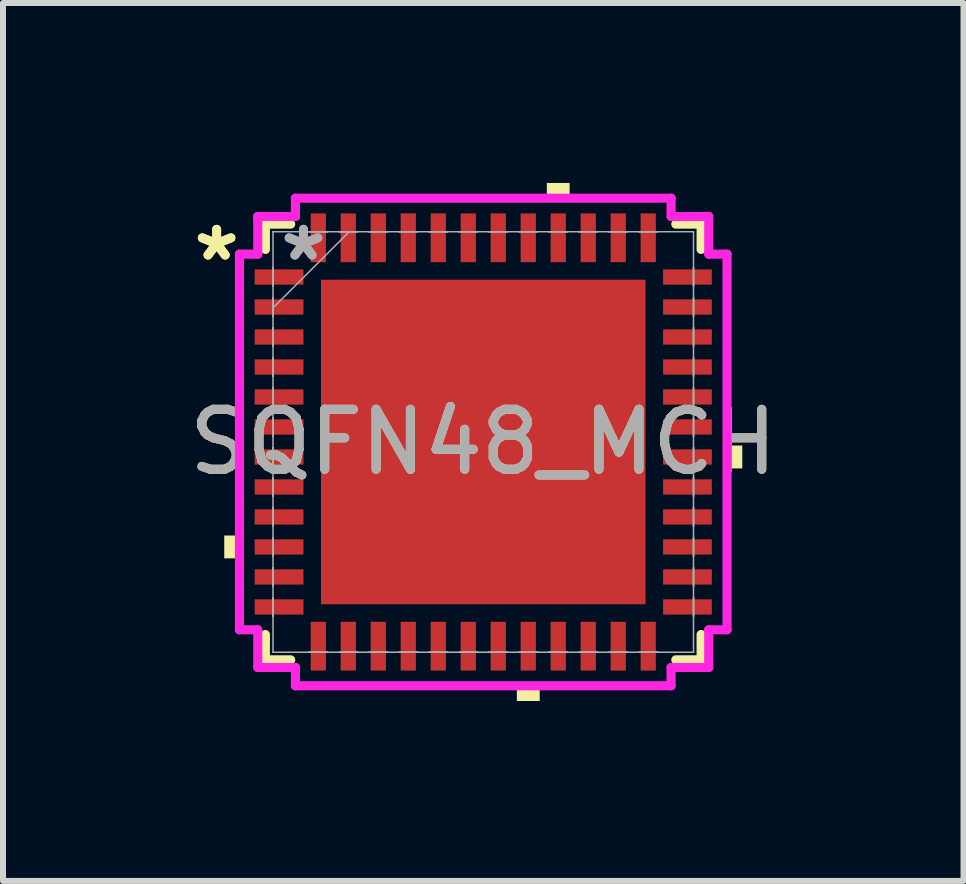
<source format=kicad_pcb>
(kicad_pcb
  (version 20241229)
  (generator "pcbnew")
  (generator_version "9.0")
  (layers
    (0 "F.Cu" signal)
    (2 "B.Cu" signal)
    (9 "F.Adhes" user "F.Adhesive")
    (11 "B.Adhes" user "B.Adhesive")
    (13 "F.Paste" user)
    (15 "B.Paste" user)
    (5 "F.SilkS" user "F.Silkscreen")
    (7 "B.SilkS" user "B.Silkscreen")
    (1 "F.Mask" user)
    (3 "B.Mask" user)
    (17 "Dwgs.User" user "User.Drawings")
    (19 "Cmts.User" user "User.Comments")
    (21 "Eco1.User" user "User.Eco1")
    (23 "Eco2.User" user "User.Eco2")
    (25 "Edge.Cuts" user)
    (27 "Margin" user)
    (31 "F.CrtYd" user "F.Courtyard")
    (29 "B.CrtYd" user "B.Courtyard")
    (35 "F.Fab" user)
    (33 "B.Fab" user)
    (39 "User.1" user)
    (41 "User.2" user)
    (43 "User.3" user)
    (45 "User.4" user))
  (footprint "SQFN48_MCH"
    (layer "F.Cu")
    (at 5.006 4.318)
    (property "Reference" "SQFN48_MCH" (at 0 0 0) (unlocked yes) (layer "F.SilkS") (effects (font (size 1 1) (thickness 0.15))))
    (attr smd)
    (fp_line (start -3.632 -3.632) (end -3.632 -3.21) (stroke (width 0.152) (type solid)) (layer "F.SilkS"))
    (fp_line (start -3.632 3.21) (end -3.632 3.632) (stroke (width 0.152) (type solid)) (layer "F.SilkS"))
    (fp_line (start -3.632 3.632) (end -3.21 3.632) (stroke (width 0.152) (type solid)) (layer "F.SilkS"))
    (fp_line (start -3.21 -3.632) (end -3.632 -3.632) (stroke (width 0.152) (type solid)) (layer "F.SilkS"))
    (fp_line (start 3.21 3.632) (end 3.632 3.632) (stroke (width 0.152) (type solid)) (layer "F.SilkS"))
    (fp_line (start 3.632 -3.632) (end 3.21 -3.632) (stroke (width 0.152) (type solid)) (layer "F.SilkS"))
    (fp_line (start 3.632 -3.21) (end 3.632 -3.632) (stroke (width 0.152) (type solid)) (layer "F.SilkS"))
    (fp_line (start 3.632 3.632) (end 3.632 3.21) (stroke (width 0.152) (type solid)) (layer "F.SilkS"))
    (fp_poly (pts (xy -4.318 1.559) (xy -4.318 1.94) (xy -4.064 1.94) (xy -4.064 1.559)) (stroke (width 0) (type solid)) (fill yes) (layer "F.SilkS"))
    (fp_poly (pts (xy 0.56 4.064) (xy 0.56 4.318) (xy 0.941 4.318) (xy 0.941 4.064)) (stroke (width 0) (type solid)) (fill yes) (layer "F.SilkS"))
    (fp_poly (pts (xy 1.06 -4.064) (xy 1.06 -4.318) (xy 1.44 -4.318) (xy 1.44 -4.064)) (stroke (width 0) (type solid)) (fill yes) (layer "F.SilkS"))
    (fp_poly (pts (xy 4.318 0.059) (xy 4.318 0.441) (xy 4.064 0.441) (xy 4.064 0.059)) (stroke (width 0) (type solid)) (fill yes) (layer "F.SilkS"))
    (fp_poly (pts (xy -2.605 -2.605) (xy -2.605 -1.453) (xy -1.453 -1.453) (xy -1.453 -2.605)) (stroke (width 0) (type solid)) (fill yes) (layer "F.Paste"))
    (fp_poly (pts (xy -2.605 -1.253) (xy -2.605 -0.1) (xy -1.453 -0.1) (xy -1.453 -1.253)) (stroke (width 0) (type solid)) (fill yes) (layer "F.Paste"))
    (fp_poly (pts (xy -2.605 0.1) (xy -2.605 1.253) (xy -1.453 1.253) (xy -1.453 0.1)) (stroke (width 0) (type solid)) (fill yes) (layer "F.Paste"))
    (fp_poly (pts (xy -2.605 1.453) (xy -2.605 2.605) (xy -1.453 2.605) (xy -1.453 1.453)) (stroke (width 0) (type solid)) (fill yes) (layer "F.Paste"))
    (fp_poly (pts (xy -1.253 -2.605) (xy -1.253 -1.453) (xy -0.1 -1.453) (xy -0.1 -2.605)) (stroke (width 0) (type solid)) (fill yes) (layer "F.Paste"))
    (fp_poly (pts (xy -1.253 -1.253) (xy -1.253 -0.1) (xy -0.1 -0.1) (xy -0.1 -1.253)) (stroke (width 0) (type solid)) (fill yes) (layer "F.Paste"))
    (fp_poly (pts (xy -1.253 0.1) (xy -1.253 1.253) (xy -0.1 1.253) (xy -0.1 0.1)) (stroke (width 0) (type solid)) (fill yes) (layer "F.Paste"))
    (fp_poly (pts (xy -1.253 1.453) (xy -1.253 2.605) (xy -0.1 2.605) (xy -0.1 1.453)) (stroke (width 0) (type solid)) (fill yes) (layer "F.Paste"))
    (fp_poly (pts (xy 0.1 -2.605) (xy 0.1 -1.453) (xy 1.253 -1.453) (xy 1.253 -2.605)) (stroke (width 0) (type solid)) (fill yes) (layer "F.Paste"))
    (fp_poly (pts (xy 0.1 -1.253) (xy 0.1 -0.1) (xy 1.253 -0.1) (xy 1.253 -1.253)) (stroke (width 0) (type solid)) (fill yes) (layer "F.Paste"))
    (fp_poly (pts (xy 0.1 0.1) (xy 0.1 1.253) (xy 1.253 1.253) (xy 1.253 0.1)) (stroke (width 0) (type solid)) (fill yes) (layer "F.Paste"))
    (fp_poly (pts (xy 0.1 1.453) (xy 0.1 2.605) (xy 1.253 2.605) (xy 1.253 1.453)) (stroke (width 0) (type solid)) (fill yes) (layer "F.Paste"))
    (fp_poly (pts (xy 1.453 -2.605) (xy 1.453 -1.453) (xy 2.605 -1.453) (xy 2.605 -2.605)) (stroke (width 0) (type solid)) (fill yes) (layer "F.Paste"))
    (fp_poly (pts (xy 1.453 -1.253) (xy 1.453 -0.1) (xy 2.605 -0.1) (xy 2.605 -1.253)) (stroke (width 0) (type solid)) (fill yes) (layer "F.Paste"))
    (fp_poly (pts (xy 1.453 0.1) (xy 1.453 1.253) (xy 2.605 1.253) (xy 2.605 0.1)) (stroke (width 0) (type solid)) (fill yes) (layer "F.Paste"))
    (fp_poly (pts (xy 1.453 1.453) (xy 1.453 2.605) (xy 2.605 2.605) (xy 2.605 1.453)) (stroke (width 0) (type solid)) (fill yes) (layer "F.Paste"))
    (fp_line (start -4.064 -3.131) (end -3.759 -3.131) (stroke (width 0.152) (type solid)) (layer "F.CrtYd"))
    (fp_line (start -4.064 3.131) (end -4.064 -3.131) (stroke (width 0.152) (type solid)) (layer "F.CrtYd"))
    (fp_line (start -3.759 -3.759) (end -3.131 -3.759) (stroke (width 0.152) (type solid)) (layer "F.CrtYd"))
    (fp_line (start -3.759 -3.131) (end -3.759 -3.759) (stroke (width 0.152) (type solid)) (layer "F.CrtYd"))
    (fp_line (start -3.759 3.131) (end -4.064 3.131) (stroke (width 0.152) (type solid)) (layer "F.CrtYd"))
    (fp_line (start -3.759 3.759) (end -3.759 3.131) (stroke (width 0.152) (type solid)) (layer "F.CrtYd"))
    (fp_line (start -3.131 -4.064) (end 3.131 -4.064) (stroke (width 0.152) (type solid)) (layer "F.CrtYd"))
    (fp_line (start -3.131 -3.759) (end -3.131 -4.064) (stroke (width 0.152) (type solid)) (layer "F.CrtYd"))
    (fp_line (start -3.131 3.759) (end -3.759 3.759) (stroke (width 0.152) (type solid)) (layer "F.CrtYd"))
    (fp_line (start -3.131 4.064) (end -3.131 3.759) (stroke (width 0.152) (type solid)) (layer "F.CrtYd"))
    (fp_line (start 3.131 -4.064) (end 3.131 -3.759) (stroke (width 0.152) (type solid)) (layer "F.CrtYd"))
    (fp_line (start 3.131 -3.759) (end 3.759 -3.759) (stroke (width 0.152) (type solid)) (layer "F.CrtYd"))
    (fp_line (start 3.131 3.759) (end 3.131 4.064) (stroke (width 0.152) (type solid)) (layer "F.CrtYd"))
    (fp_line (start 3.131 4.064) (end -3.131 4.064) (stroke (width 0.152) (type solid)) (layer "F.CrtYd"))
    (fp_line (start 3.759 -3.759) (end 3.759 -3.131) (stroke (width 0.152) (type solid)) (layer "F.CrtYd"))
    (fp_line (start 3.759 -3.131) (end 4.064 -3.131) (stroke (width 0.152) (type solid)) (layer "F.CrtYd"))
    (fp_line (start 3.759 3.131) (end 3.759 3.759) (stroke (width 0.152) (type solid)) (layer "F.CrtYd"))
    (fp_line (start 3.759 3.759) (end 3.131 3.759) (stroke (width 0.152) (type solid)) (layer "F.CrtYd"))
    (fp_line (start 4.064 -3.131) (end 4.064 3.131) (stroke (width 0.152) (type solid)) (layer "F.CrtYd"))
    (fp_line (start 4.064 3.131) (end 3.759 3.131) (stroke (width 0.152) (type solid)) (layer "F.CrtYd"))
    (fp_line (start -3.505 -3.505) (end -3.505 -3.505) (stroke (width 0.025) (type solid)) (layer "F.Fab"))
    (fp_line (start -3.505 -3.505) (end -3.505 3.505) (stroke (width 0.025) (type solid)) (layer "F.Fab"))
    (fp_line (start -3.505 -2.902) (end -3.505 -2.902) (stroke (width 0.025) (type solid)) (layer "F.Fab"))
    (fp_line (start -3.505 -2.902) (end -3.505 -2.598) (stroke (width 0.025) (type solid)) (layer "F.Fab"))
    (fp_line (start -3.505 -2.598) (end -3.505 -2.902) (stroke (width 0.025) (type solid)) (layer "F.Fab"))
    (fp_line (start -3.505 -2.598) (end -3.505 -2.598) (stroke (width 0.025) (type solid)) (layer "F.Fab"))
    (fp_line (start -3.505 -2.402) (end -3.505 -2.402) (stroke (width 0.025) (type solid)) (layer "F.Fab"))
    (fp_line (start -3.505 -2.402) (end -3.505 -2.098) (stroke (width 0.025) (type solid)) (layer "F.Fab"))
    (fp_line (start -3.505 -2.235) (end -2.235 -3.505) (stroke (width 0.025) (type solid)) (layer "F.Fab"))
    (fp_line (start -3.505 -2.098) (end -3.505 -2.402) (stroke (width 0.025) (type solid)) (layer "F.Fab"))
    (fp_line (start -3.505 -2.098) (end -3.505 -2.098) (stroke (width 0.025) (type solid)) (layer "F.Fab"))
    (fp_line (start -3.505 -1.902) (end -3.505 -1.902) (stroke (width 0.025) (type solid)) (layer "F.Fab"))
    (fp_line (start -3.505 -1.902) (end -3.505 -1.598) (stroke (width 0.025) (type solid)) (layer "F.Fab"))
    (fp_line (start -3.505 -1.598) (end -3.505 -1.902) (stroke (width 0.025) (type solid)) (layer "F.Fab"))
    (fp_line (start -3.505 -1.598) (end -3.505 -1.598) (stroke (width 0.025) (type solid)) (layer "F.Fab"))
    (fp_line (start -3.505 -1.402) (end -3.505 -1.402) (stroke (width 0.025) (type solid)) (layer "F.Fab"))
    (fp_line (start -3.505 -1.402) (end -3.505 -1.098) (stroke (width 0.025) (type solid)) (layer "F.Fab"))
    (fp_line (start -3.505 -1.098) (end -3.505 -1.402) (stroke (width 0.025) (type solid)) (layer "F.Fab"))
    (fp_line (start -3.505 -1.098) (end -3.505 -1.098) (stroke (width 0.025) (type solid)) (layer "F.Fab"))
    (fp_line (start -3.505 -0.902) (end -3.505 -0.902) (stroke (width 0.025) (type solid)) (layer "F.Fab"))
    (fp_line (start -3.505 -0.902) (end -3.505 -0.598) (stroke (width 0.025) (type solid)) (layer "F.Fab"))
    (fp_line (start -3.505 -0.598) (end -3.505 -0.902) (stroke (width 0.025) (type solid)) (layer "F.Fab"))
    (fp_line (start -3.505 -0.598) (end -3.505 -0.598) (stroke (width 0.025) (type solid)) (layer "F.Fab"))
    (fp_line (start -3.505 -0.402) (end -3.505 -0.402) (stroke (width 0.025) (type solid)) (layer "F.Fab"))
    (fp_line (start -3.505 -0.402) (end -3.505 -0.098) (stroke (width 0.025) (type solid)) (layer "F.Fab"))
    (fp_line (start -3.505 -0.098) (end -3.505 -0.402) (stroke (width 0.025) (type solid)) (layer "F.Fab"))
    (fp_line (start -3.505 -0.098) (end -3.505 -0.098) (stroke (width 0.025) (type solid)) (layer "F.Fab"))
    (fp_line (start -3.505 0.098) (end -3.505 0.098) (stroke (width 0.025) (type solid)) (layer "F.Fab"))
    (fp_line (start -3.505 0.098) (end -3.505 0.402) (stroke (width 0.025) (type solid)) (layer "F.Fab"))
    (fp_line (start -3.505 0.402) (end -3.505 0.098) (stroke (width 0.025) (type solid)) (layer "F.Fab"))
    (fp_line (start -3.505 0.402) (end -3.505 0.402) (stroke (width 0.025) (type solid)) (layer "F.Fab"))
    (fp_line (start -3.505 0.598) (end -3.505 0.598) (stroke (width 0.025) (type solid)) (layer "F.Fab"))
    (fp_line (start -3.505 0.598) (end -3.505 0.902) (stroke (width 0.025) (type solid)) (layer "F.Fab"))
    (fp_line (start -3.505 0.902) (end -3.505 0.598) (stroke (width 0.025) (type solid)) (layer "F.Fab"))
    (fp_line (start -3.505 0.902) (end -3.505 0.902) (stroke (width 0.025) (type solid)) (layer "F.Fab"))
    (fp_line (start -3.505 1.098) (end -3.505 1.098) (stroke (width 0.025) (type solid)) (layer "F.Fab"))
    (fp_line (start -3.505 1.098) (end -3.505 1.402) (stroke (width 0.025) (type solid)) (layer "F.Fab"))
    (fp_line (start -3.505 1.402) (end -3.505 1.098) (stroke (width 0.025) (type solid)) (layer "F.Fab"))
    (fp_line (start -3.505 1.402) (end -3.505 1.402) (stroke (width 0.025) (type solid)) (layer "F.Fab"))
    (fp_line (start -3.505 1.598) (end -3.505 1.598) (stroke (width 0.025) (type solid)) (layer "F.Fab"))
    (fp_line (start -3.505 1.598) (end -3.505 1.902) (stroke (width 0.025) (type solid)) (layer "F.Fab"))
    (fp_line (start -3.505 1.902) (end -3.505 1.598) (stroke (width 0.025) (type solid)) (layer "F.Fab"))
    (fp_line (start -3.505 1.902) (end -3.505 1.902) (stroke (width 0.025) (type solid)) (layer "F.Fab"))
    (fp_line (start -3.505 2.098) (end -3.505 2.098) (stroke (width 0.025) (type solid)) (layer "F.Fab"))
    (fp_line (start -3.505 2.098) (end -3.505 2.402) (stroke (width 0.025) (type solid)) (layer "F.Fab"))
    (fp_line (start -3.505 2.402) (end -3.505 2.098) (stroke (width 0.025) (type solid)) (layer "F.Fab"))
    (fp_line (start -3.505 2.402) (end -3.505 2.402) (stroke (width 0.025) (type solid)) (layer "F.Fab"))
    (fp_line (start -3.505 2.598) (end -3.505 2.598) (stroke (width 0.025) (type solid)) (layer "F.Fab"))
    (fp_line (start -3.505 2.598) (end -3.505 2.902) (stroke (width 0.025) (type solid)) (layer "F.Fab"))
    (fp_line (start -3.505 2.902) (end -3.505 2.598) (stroke (width 0.025) (type solid)) (layer "F.Fab"))
    (fp_line (start -3.505 2.902) (end -3.505 2.902) (stroke (width 0.025) (type solid)) (layer "F.Fab"))
    (fp_line (start -3.505 3.505) (end -3.505 3.505) (stroke (width 0.025) (type solid)) (layer "F.Fab"))
    (fp_line (start -3.505 3.505) (end 3.505 3.505) (stroke (width 0.025) (type solid)) (layer "F.Fab"))
    (fp_line (start -2.902 -3.505) (end -2.902 -3.505) (stroke (width 0.025) (type solid)) (layer "F.Fab"))
    (fp_line (start -2.902 -3.505) (end -2.598 -3.505) (stroke (width 0.025) (type solid)) (layer "F.Fab"))
    (fp_line (start -2.902 3.505) (end -2.902 3.505) (stroke (width 0.025) (type solid)) (layer "F.Fab"))
    (fp_line (start -2.902 3.505) (end -2.598 3.505) (stroke (width 0.025) (type solid)) (layer "F.Fab"))
    (fp_line (start -2.598 -3.505) (end -2.902 -3.505) (stroke (width 0.025) (type solid)) (layer "F.Fab"))
    (fp_line (start -2.598 -3.505) (end -2.598 -3.505) (stroke (width 0.025) (type solid)) (layer "F.Fab"))
    (fp_line (start -2.598 3.505) (end -2.902 3.505) (stroke (width 0.025) (type solid)) (layer "F.Fab"))
    (fp_line (start -2.598 3.505) (end -2.598 3.505) (stroke (width 0.025) (type solid)) (layer "F.Fab"))
    (fp_line (start -2.402 -3.505) (end -2.402 -3.505) (stroke (width 0.025) (type solid)) (layer "F.Fab"))
    (fp_line (start -2.402 -3.505) (end -2.098 -3.505) (stroke (width 0.025) (type solid)) (layer "F.Fab"))
    (fp_line (start -2.402 3.505) (end -2.402 3.505) (stroke (width 0.025) (type solid)) (layer "F.Fab"))
    (fp_line (start -2.402 3.505) (end -2.098 3.505) (stroke (width 0.025) (type solid)) (layer "F.Fab"))
    (fp_line (start -2.098 -3.505) (end -2.402 -3.505) (stroke (width 0.025) (type solid)) (layer "F.Fab"))
    (fp_line (start -2.098 -3.505) (end -2.098 -3.505) (stroke (width 0.025) (type solid)) (layer "F.Fab"))
    (fp_line (start -2.098 3.505) (end -2.402 3.505) (stroke (width 0.025) (type solid)) (layer "F.Fab"))
    (fp_line (start -2.098 3.505) (end -2.098 3.505) (stroke (width 0.025) (type solid)) (layer "F.Fab"))
    (fp_line (start -1.902 -3.505) (end -1.902 -3.505) (stroke (width 0.025) (type solid)) (layer "F.Fab"))
    (fp_line (start -1.902 -3.505) (end -1.598 -3.505) (stroke (width 0.025) (type solid)) (layer "F.Fab"))
    (fp_line (start -1.902 3.505) (end -1.902 3.505) (stroke (width 0.025) (type solid)) (layer "F.Fab"))
    (fp_line (start -1.902 3.505) (end -1.598 3.505) (stroke (width 0.025) (type solid)) (layer "F.Fab"))
    (fp_line (start -1.598 -3.505) (end -1.902 -3.505) (stroke (width 0.025) (type solid)) (layer "F.Fab"))
    (fp_line (start -1.598 -3.505) (end -1.598 -3.505) (stroke (width 0.025) (type solid)) (layer "F.Fab"))
    (fp_line (start -1.598 3.505) (end -1.902 3.505) (stroke (width 0.025) (type solid)) (layer "F.Fab"))
    (fp_line (start -1.598 3.505) (end -1.598 3.505) (stroke (width 0.025) (type solid)) (layer "F.Fab"))
    (fp_line (start -1.402 -3.505) (end -1.402 -3.505) (stroke (width 0.025) (type solid)) (layer "F.Fab"))
    (fp_line (start -1.402 -3.505) (end -1.098 -3.505) (stroke (width 0.025) (type solid)) (layer "F.Fab"))
    (fp_line (start -1.402 3.505) (end -1.402 3.505) (stroke (width 0.025) (type solid)) (layer "F.Fab"))
    (fp_line (start -1.402 3.505) (end -1.098 3.505) (stroke (width 0.025) (type solid)) (layer "F.Fab"))
    (fp_line (start -1.098 -3.505) (end -1.402 -3.505) (stroke (width 0.025) (type solid)) (layer "F.Fab"))
    (fp_line (start -1.098 -3.505) (end -1.098 -3.505) (stroke (width 0.025) (type solid)) (layer "F.Fab"))
    (fp_line (start -1.098 3.505) (end -1.402 3.505) (stroke (width 0.025) (type solid)) (layer "F.Fab"))
    (fp_line (start -1.098 3.505) (end -1.098 3.505) (stroke (width 0.025) (type solid)) (layer "F.Fab"))
    (fp_line (start -0.902 -3.505) (end -0.902 -3.505) (stroke (width 0.025) (type solid)) (layer "F.Fab"))
    (fp_line (start -0.902 -3.505) (end -0.598 -3.505) (stroke (width 0.025) (type solid)) (layer "F.Fab"))
    (fp_line (start -0.902 3.505) (end -0.902 3.505) (stroke (width 0.025) (type solid)) (layer "F.Fab"))
    (fp_line (start -0.902 3.505) (end -0.598 3.505) (stroke (width 0.025) (type solid)) (layer "F.Fab"))
    (fp_line (start -0.598 -3.505) (end -0.902 -3.505) (stroke (width 0.025) (type solid)) (layer "F.Fab"))
    (fp_line (start -0.598 -3.505) (end -0.598 -3.505) (stroke (width 0.025) (type solid)) (layer "F.Fab"))
    (fp_line (start -0.598 3.505) (end -0.902 3.505) (stroke (width 0.025) (type solid)) (layer "F.Fab"))
    (fp_line (start -0.598 3.505) (end -0.598 3.505) (stroke (width 0.025) (type solid)) (layer "F.Fab"))
    (fp_line (start -0.402 -3.505) (end -0.402 -3.505) (stroke (width 0.025) (type solid)) (layer "F.Fab"))
    (fp_line (start -0.402 -3.505) (end -0.098 -3.505) (stroke (width 0.025) (type solid)) (layer "F.Fab"))
    (fp_line (start -0.402 3.505) (end -0.402 3.505) (stroke (width 0.025) (type solid)) (layer "F.Fab"))
    (fp_line (start -0.402 3.505) (end -0.098 3.505) (stroke (width 0.025) (type solid)) (layer "F.Fab"))
    (fp_line (start -0.098 -3.505) (end -0.402 -3.505) (stroke (width 0.025) (type solid)) (layer "F.Fab"))
    (fp_line (start -0.098 -3.505) (end -0.098 -3.505) (stroke (width 0.025) (type solid)) (layer "F.Fab"))
    (fp_line (start -0.098 3.505) (end -0.402 3.505) (stroke (width 0.025) (type solid)) (layer "F.Fab"))
    (fp_line (start -0.098 3.505) (end -0.098 3.505) (stroke (width 0.025) (type solid)) (layer "F.Fab"))
    (fp_line (start 0.098 -3.505) (end 0.098 -3.505) (stroke (width 0.025) (type solid)) (layer "F.Fab"))
    (fp_line (start 0.098 -3.505) (end 0.402 -3.505) (stroke (width 0.025) (type solid)) (layer "F.Fab"))
    (fp_line (start 0.098 3.505) (end 0.098 3.505) (stroke (width 0.025) (type solid)) (layer "F.Fab"))
    (fp_line (start 0.098 3.505) (end 0.402 3.505) (stroke (width 0.025) (type solid)) (layer "F.Fab"))
    (fp_line (start 0.402 -3.505) (end 0.098 -3.505) (stroke (width 0.025) (type solid)) (layer "F.Fab"))
    (fp_line (start 0.402 -3.505) (end 0.402 -3.505) (stroke (width 0.025) (type solid)) (layer "F.Fab"))
    (fp_line (start 0.402 3.505) (end 0.098 3.505) (stroke (width 0.025) (type solid)) (layer "F.Fab"))
    (fp_line (start 0.402 3.505) (end 0.402 3.505) (stroke (width 0.025) (type solid)) (layer "F.Fab"))
    (fp_line (start 0.598 -3.505) (end 0.598 -3.505) (stroke (width 0.025) (type solid)) (layer "F.Fab"))
    (fp_line (start 0.598 -3.505) (end 0.902 -3.505) (stroke (width 0.025) (type solid)) (layer "F.Fab"))
    (fp_line (start 0.598 3.505) (end 0.598 3.505) (stroke (width 0.025) (type solid)) (layer "F.Fab"))
    (fp_line (start 0.598 3.505) (end 0.902 3.505) (stroke (width 0.025) (type solid)) (layer "F.Fab"))
    (fp_line (start 0.902 -3.505) (end 0.598 -3.505) (stroke (width 0.025) (type solid)) (layer "F.Fab"))
    (fp_line (start 0.902 -3.505) (end 0.902 -3.505) (stroke (width 0.025) (type solid)) (layer "F.Fab"))
    (fp_line (start 0.902 3.505) (end 0.598 3.505) (stroke (width 0.025) (type solid)) (layer "F.Fab"))
    (fp_line (start 0.902 3.505) (end 0.902 3.505) (stroke (width 0.025) (type solid)) (layer "F.Fab"))
    (fp_line (start 1.098 -3.505) (end 1.098 -3.505) (stroke (width 0.025) (type solid)) (layer "F.Fab"))
    (fp_line (start 1.098 -3.505) (end 1.402 -3.505) (stroke (width 0.025) (type solid)) (layer "F.Fab"))
    (fp_line (start 1.098 3.505) (end 1.098 3.505) (stroke (width 0.025) (type solid)) (layer "F.Fab"))
    (fp_line (start 1.098 3.505) (end 1.402 3.505) (stroke (width 0.025) (type solid)) (layer "F.Fab"))
    (fp_line (start 1.402 -3.505) (end 1.098 -3.505) (stroke (width 0.025) (type solid)) (layer "F.Fab"))
    (fp_line (start 1.402 -3.505) (end 1.402 -3.505) (stroke (width 0.025) (type solid)) (layer "F.Fab"))
    (fp_line (start 1.402 3.505) (end 1.098 3.505) (stroke (width 0.025) (type solid)) (layer "F.Fab"))
    (fp_line (start 1.402 3.505) (end 1.402 3.505) (stroke (width 0.025) (type solid)) (layer "F.Fab"))
    (fp_line (start 1.598 -3.505) (end 1.598 -3.505) (stroke (width 0.025) (type solid)) (layer "F.Fab"))
    (fp_line (start 1.598 -3.505) (end 1.902 -3.505) (stroke (width 0.025) (type solid)) (layer "F.Fab"))
    (fp_line (start 1.598 3.505) (end 1.598 3.505) (stroke (width 0.025) (type solid)) (layer "F.Fab"))
    (fp_line (start 1.598 3.505) (end 1.902 3.505) (stroke (width 0.025) (type solid)) (layer "F.Fab"))
    (fp_line (start 1.902 -3.505) (end 1.598 -3.505) (stroke (width 0.025) (type solid)) (layer "F.Fab"))
    (fp_line (start 1.902 -3.505) (end 1.902 -3.505) (stroke (width 0.025) (type solid)) (layer "F.Fab"))
    (fp_line (start 1.902 3.505) (end 1.598 3.505) (stroke (width 0.025) (type solid)) (layer "F.Fab"))
    (fp_line (start 1.902 3.505) (end 1.902 3.505) (stroke (width 0.025) (type solid)) (layer "F.Fab"))
    (fp_line (start 2.098 -3.505) (end 2.098 -3.505) (stroke (width 0.025) (type solid)) (layer "F.Fab"))
    (fp_line (start 2.098 -3.505) (end 2.402 -3.505) (stroke (width 0.025) (type solid)) (layer "F.Fab"))
    (fp_line (start 2.098 3.505) (end 2.098 3.505) (stroke (width 0.025) (type solid)) (layer "F.Fab"))
    (fp_line (start 2.098 3.505) (end 2.402 3.505) (stroke (width 0.025) (type solid)) (layer "F.Fab"))
    (fp_line (start 2.402 -3.505) (end 2.098 -3.505) (stroke (width 0.025) (type solid)) (layer "F.Fab"))
    (fp_line (start 2.402 -3.505) (end 2.402 -3.505) (stroke (width 0.025) (type solid)) (layer "F.Fab"))
    (fp_line (start 2.402 3.505) (end 2.098 3.505) (stroke (width 0.025) (type solid)) (layer "F.Fab"))
    (fp_line (start 2.402 3.505) (end 2.402 3.505) (stroke (width 0.025) (type solid)) (layer "F.Fab"))
    (fp_line (start 2.598 -3.505) (end 2.598 -3.505) (stroke (width 0.025) (type solid)) (layer "F.Fab"))
    (fp_line (start 2.598 -3.505) (end 2.902 -3.505) (stroke (width 0.025) (type solid)) (layer "F.Fab"))
    (fp_line (start 2.598 3.505) (end 2.598 3.505) (stroke (width 0.025) (type solid)) (layer "F.Fab"))
    (fp_line (start 2.598 3.505) (end 2.902 3.505) (stroke (width 0.025) (type solid)) (layer "F.Fab"))
    (fp_line (start 2.902 -3.505) (end 2.598 -3.505) (stroke (width 0.025) (type solid)) (layer "F.Fab"))
    (fp_line (start 2.902 -3.505) (end 2.902 -3.505) (stroke (width 0.025) (type solid)) (layer "F.Fab"))
    (fp_line (start 2.902 3.505) (end 2.598 3.505) (stroke (width 0.025) (type solid)) (layer "F.Fab"))
    (fp_line (start 2.902 3.505) (end 2.902 3.505) (stroke (width 0.025) (type solid)) (layer "F.Fab"))
    (fp_line (start 3.505 -3.505) (end -3.505 -3.505) (stroke (width 0.025) (type solid)) (layer "F.Fab"))
    (fp_line (start 3.505 -3.505) (end 3.505 -3.505) (stroke (width 0.025) (type solid)) (layer "F.Fab"))
    (fp_line (start 3.505 -2.902) (end 3.505 -2.902) (stroke (width 0.025) (type solid)) (layer "F.Fab"))
    (fp_line (start 3.505 -2.902) (end 3.505 -2.598) (stroke (width 0.025) (type solid)) (layer "F.Fab"))
    (fp_line (start 3.505 -2.598) (end 3.505 -2.902) (stroke (width 0.025) (type solid)) (layer "F.Fab"))
    (fp_line (start 3.505 -2.598) (end 3.505 -2.598) (stroke (width 0.025) (type solid)) (layer "F.Fab"))
    (fp_line (start 3.505 -2.402) (end 3.505 -2.402) (stroke (width 0.025) (type solid)) (layer "F.Fab"))
    (fp_line (start 3.505 -2.402) (end 3.505 -2.098) (stroke (width 0.025) (type solid)) (layer "F.Fab"))
    (fp_line (start 3.505 -2.098) (end 3.505 -2.402) (stroke (width 0.025) (type solid)) (layer "F.Fab"))
    (fp_line (start 3.505 -2.098) (end 3.505 -2.098) (stroke (width 0.025) (type solid)) (layer "F.Fab"))
    (fp_line (start 3.505 -1.902) (end 3.505 -1.902) (stroke (width 0.025) (type solid)) (layer "F.Fab"))
    (fp_line (start 3.505 -1.902) (end 3.505 -1.598) (stroke (width 0.025) (type solid)) (layer "F.Fab"))
    (fp_line (start 3.505 -1.598) (end 3.505 -1.902) (stroke (width 0.025) (type solid)) (layer "F.Fab"))
    (fp_line (start 3.505 -1.598) (end 3.505 -1.598) (stroke (width 0.025) (type solid)) (layer "F.Fab"))
    (fp_line (start 3.505 -1.402) (end 3.505 -1.402) (stroke (width 0.025) (type solid)) (layer "F.Fab"))
    (fp_line (start 3.505 -1.402) (end 3.505 -1.098) (stroke (width 0.025) (type solid)) (layer "F.Fab"))
    (fp_line (start 3.505 -1.098) (end 3.505 -1.402) (stroke (width 0.025) (type solid)) (layer "F.Fab"))
    (fp_line (start 3.505 -1.098) (end 3.505 -1.098) (stroke (width 0.025) (type solid)) (layer "F.Fab"))
    (fp_line (start 3.505 -0.902) (end 3.505 -0.902) (stroke (width 0.025) (type solid)) (layer "F.Fab"))
    (fp_line (start 3.505 -0.902) (end 3.505 -0.598) (stroke (width 0.025) (type solid)) (layer "F.Fab"))
    (fp_line (start 3.505 -0.598) (end 3.505 -0.902) (stroke (width 0.025) (type solid)) (layer "F.Fab"))
    (fp_line (start 3.505 -0.598) (end 3.505 -0.598) (stroke (width 0.025) (type solid)) (layer "F.Fab"))
    (fp_line (start 3.505 -0.402) (end 3.505 -0.402) (stroke (width 0.025) (type solid)) (layer "F.Fab"))
    (fp_line (start 3.505 -0.402) (end 3.505 -0.098) (stroke (width 0.025) (type solid)) (layer "F.Fab"))
    (fp_line (start 3.505 -0.098) (end 3.505 -0.402) (stroke (width 0.025) (type solid)) (layer "F.Fab"))
    (fp_line (start 3.505 -0.098) (end 3.505 -0.098) (stroke (width 0.025) (type solid)) (layer "F.Fab"))
    (fp_line (start 3.505 0.098) (end 3.505 0.098) (stroke (width 0.025) (type solid)) (layer "F.Fab"))
    (fp_line (start 3.505 0.098) (end 3.505 0.402) (stroke (width 0.025) (type solid)) (layer "F.Fab"))
    (fp_line (start 3.505 0.402) (end 3.505 0.098) (stroke (width 0.025) (type solid)) (layer "F.Fab"))
    (fp_line (start 3.505 0.402) (end 3.505 0.402) (stroke (width 0.025) (type solid)) (layer "F.Fab"))
    (fp_line (start 3.505 0.598) (end 3.505 0.598) (stroke (width 0.025) (type solid)) (layer "F.Fab"))
    (fp_line (start 3.505 0.598) (end 3.505 0.902) (stroke (width 0.025) (type solid)) (layer "F.Fab"))
    (fp_line (start 3.505 0.902) (end 3.505 0.598) (stroke (width 0.025) (type solid)) (layer "F.Fab"))
    (fp_line (start 3.505 0.902) (end 3.505 0.902) (stroke (width 0.025) (type solid)) (layer "F.Fab"))
    (fp_line (start 3.505 1.098) (end 3.505 1.098) (stroke (width 0.025) (type solid)) (layer "F.Fab"))
    (fp_line (start 3.505 1.098) (end 3.505 1.402) (stroke (width 0.025) (type solid)) (layer "F.Fab"))
    (fp_line (start 3.505 1.402) (end 3.505 1.098) (stroke (width 0.025) (type solid)) (layer "F.Fab"))
    (fp_line (start 3.505 1.402) (end 3.505 1.402) (stroke (width 0.025) (type solid)) (layer "F.Fab"))
    (fp_line (start 3.505 1.598) (end 3.505 1.598) (stroke (width 0.025) (type solid)) (layer "F.Fab"))
    (fp_line (start 3.505 1.598) (end 3.505 1.902) (stroke (width 0.025) (type solid)) (layer "F.Fab"))
    (fp_line (start 3.505 1.902) (end 3.505 1.598) (stroke (width 0.025) (type solid)) (layer "F.Fab"))
    (fp_line (start 3.505 1.902) (end 3.505 1.902) (stroke (width 0.025) (type solid)) (layer "F.Fab"))
    (fp_line (start 3.505 2.098) (end 3.505 2.098) (stroke (width 0.025) (type solid)) (layer "F.Fab"))
    (fp_line (start 3.505 2.098) (end 3.505 2.402) (stroke (width 0.025) (type solid)) (layer "F.Fab"))
    (fp_line (start 3.505 2.402) (end 3.505 2.098) (stroke (width 0.025) (type solid)) (layer "F.Fab"))
    (fp_line (start 3.505 2.402) (end 3.505 2.402) (stroke (width 0.025) (type solid)) (layer "F.Fab"))
    (fp_line (start 3.505 2.598) (end 3.505 2.598) (stroke (width 0.025) (type solid)) (layer "F.Fab"))
    (fp_line (start 3.505 2.598) (end 3.505 2.902) (stroke (width 0.025) (type solid)) (layer "F.Fab"))
    (fp_line (start 3.505 2.902) (end 3.505 2.598) (stroke (width 0.025) (type solid)) (layer "F.Fab"))
    (fp_line (start 3.505 2.902) (end 3.505 2.902) (stroke (width 0.025) (type solid)) (layer "F.Fab"))
    (fp_line (start 3.505 3.505) (end 3.505 -3.505) (stroke (width 0.025) (type solid)) (layer "F.Fab"))
    (fp_line (start 3.505 3.505) (end 3.505 3.505) (stroke (width 0.025) (type solid)) (layer "F.Fab"))
    (fp_text user "*" (at -4.445 -3 0) (layer "F.SilkS") (effects (font (size 1 1) (thickness 0.15))))
    (fp_text user "*" (at -4.445 -3 0) (unlocked yes) (layer "F.SilkS") (effects (font (size 1 1) (thickness 0.15))))
    (fp_text user "${REFERENCE}" (at 0 0 0) (unlocked yes) (layer "F.Fab") (effects (font (size 1 1) (thickness 0.15))))
    (fp_text user "*" (at -2.997 -3 0) (layer "F.Fab") (effects (font (size 1 1) (thickness 0.15))))
    (fp_text user "*" (at -2.997 -3 0) (unlocked yes) (layer "F.Fab") (effects (font (size 1 1) (thickness 0.15))))
    (pad "1" smd rect (at -3.404 -2.75 90) (size 0.254 0.813) (layers "F.Cu" "F.Mask" "F.Paste"))
    (pad "2" smd rect (at -3.404 -2.25 90) (size 0.254 0.813) (layers "F.Cu" "F.Mask" "F.Paste"))
    (pad "3" smd rect (at -3.404 -1.75 90) (size 0.254 0.813) (layers "F.Cu" "F.Mask" "F.Paste"))
    (pad "4" smd rect (at -3.404 -1.25 90) (size 0.254 0.813) (layers "F.Cu" "F.Mask" "F.Paste"))
    (pad "5" smd rect (at -3.404 -0.75 90) (size 0.254 0.813) (layers "F.Cu" "F.Mask" "F.Paste"))
    (pad "6" smd rect (at -3.404 -0.25 90) (size 0.254 0.813) (layers "F.Cu" "F.Mask" "F.Paste"))
    (pad "7" smd rect (at -3.404 0.25 90) (size 0.254 0.813) (layers "F.Cu" "F.Mask" "F.Paste"))
    (pad "8" smd rect (at -3.404 0.75 90) (size 0.254 0.813) (layers "F.Cu" "F.Mask" "F.Paste"))
    (pad "9" smd rect (at -3.404 1.25 90) (size 0.254 0.813) (layers "F.Cu" "F.Mask" "F.Paste"))
    (pad "10" smd rect (at -3.404 1.75 90) (size 0.254 0.813) (layers "F.Cu" "F.Mask" "F.Paste"))
    (pad "11" smd rect (at -3.404 2.25 90) (size 0.254 0.813) (layers "F.Cu" "F.Mask" "F.Paste"))
    (pad "12" smd rect (at -3.404 2.75 90) (size 0.254 0.813) (layers "F.Cu" "F.Mask" "F.Paste"))
    (pad "13" smd rect (at -2.75 3.404) (size 0.254 0.813) (layers "F.Cu" "F.Mask" "F.Paste"))
    (pad "14" smd rect (at -2.25 3.404) (size 0.254 0.813) (layers "F.Cu" "F.Mask" "F.Paste"))
    (pad "15" smd rect (at -1.75 3.404) (size 0.254 0.813) (layers "F.Cu" "F.Mask" "F.Paste"))
    (pad "16" smd rect (at -1.25 3.404) (size 0.254 0.813) (layers "F.Cu" "F.Mask" "F.Paste"))
    (pad "17" smd rect (at -0.75 3.404) (size 0.254 0.813) (layers "F.Cu" "F.Mask" "F.Paste"))
    (pad "18" smd rect (at -0.25 3.404) (size 0.254 0.813) (layers "F.Cu" "F.Mask" "F.Paste"))
    (pad "19" smd rect (at 0.25 3.404) (size 0.254 0.813) (layers "F.Cu" "F.Mask" "F.Paste"))
    (pad "20" smd rect (at 0.75 3.404) (size 0.254 0.813) (layers "F.Cu" "F.Mask" "F.Paste"))
    (pad "21" smd rect (at 1.25 3.404) (size 0.254 0.813) (layers "F.Cu" "F.Mask" "F.Paste"))
    (pad "22" smd rect (at 1.75 3.404) (size 0.254 0.813) (layers "F.Cu" "F.Mask" "F.Paste"))
    (pad "23" smd rect (at 2.25 3.404) (size 0.254 0.813) (layers "F.Cu" "F.Mask" "F.Paste"))
    (pad "24" smd rect (at 2.75 3.404) (size 0.254 0.813) (layers "F.Cu" "F.Mask" "F.Paste"))
    (pad "25" smd rect (at 3.404 2.75 90) (size 0.254 0.813) (layers "F.Cu" "F.Mask" "F.Paste"))
    (pad "26" smd rect (at 3.404 2.25 90) (size 0.254 0.813) (layers "F.Cu" "F.Mask" "F.Paste"))
    (pad "27" smd rect (at 3.404 1.75 90) (size 0.254 0.813) (layers "F.Cu" "F.Mask" "F.Paste"))
    (pad "28" smd rect (at 3.404 1.25 90) (size 0.254 0.813) (layers "F.Cu" "F.Mask" "F.Paste"))
    (pad "29" smd rect (at 3.404 0.75 90) (size 0.254 0.813) (layers "F.Cu" "F.Mask" "F.Paste"))
    (pad "30" smd rect (at 3.404 0.25 90) (size 0.254 0.813) (layers "F.Cu" "F.Mask" "F.Paste"))
    (pad "31" smd rect (at 3.404 -0.25 90) (size 0.254 0.813) (layers "F.Cu" "F.Mask" "F.Paste"))
    (pad "32" smd rect (at 3.404 -0.75 90) (size 0.254 0.813) (layers "F.Cu" "F.Mask" "F.Paste"))
    (pad "33" smd rect (at 3.404 -1.25 90) (size 0.254 0.813) (layers "F.Cu" "F.Mask" "F.Paste"))
    (pad "34" smd rect (at 3.404 -1.75 90) (size 0.254 0.813) (layers "F.Cu" "F.Mask" "F.Paste"))
    (pad "35" smd rect (at 3.404 -2.25 90) (size 0.254 0.813) (layers "F.Cu" "F.Mask" "F.Paste"))
    (pad "36" smd rect (at 3.404 -2.75 90) (size 0.254 0.813) (layers "F.Cu" "F.Mask" "F.Paste"))
    (pad "37" smd rect (at 2.75 -3.404) (size 0.254 0.813) (layers "F.Cu" "F.Mask" "F.Paste"))
    (pad "38" smd rect (at 2.25 -3.404) (size 0.254 0.813) (layers "F.Cu" "F.Mask" "F.Paste"))
    (pad "39" smd rect (at 1.75 -3.404) (size 0.254 0.813) (layers "F.Cu" "F.Mask" "F.Paste"))
    (pad "40" smd rect (at 1.25 -3.404) (size 0.254 0.813) (layers "F.Cu" "F.Mask" "F.Paste"))
    (pad "41" smd rect (at 0.75 -3.404) (size 0.254 0.813) (layers "F.Cu" "F.Mask" "F.Paste"))
    (pad "42" smd rect (at 0.25 -3.404) (size 0.254 0.813) (layers "F.Cu" "F.Mask" "F.Paste"))
    (pad "43" smd rect (at -0.25 -3.404) (size 0.254 0.813) (layers "F.Cu" "F.Mask" "F.Paste"))
    (pad "44" smd rect (at -0.75 -3.404) (size 0.254 0.813) (layers "F.Cu" "F.Mask" "F.Paste"))
    (pad "45" smd rect (at -1.25 -3.404) (size 0.254 0.813) (layers "F.Cu" "F.Mask" "F.Paste"))
    (pad "46" smd rect (at -1.75 -3.404) (size 0.254 0.813) (layers "F.Cu" "F.Mask" "F.Paste"))
    (pad "47" smd rect (at -2.25 -3.404) (size 0.254 0.813) (layers "F.Cu" "F.Mask" "F.Paste"))
    (pad "48" smd rect (at -2.75 -3.404) (size 0.254 0.813) (layers "F.Cu" "F.Mask" "F.Paste"))
    (pad "49" smd rect (at 0 0) (size 5.41 5.41) (layers "F.Cu" "F.Mask" "F.Paste")))
  (gr_rect
    (start -3 -3)
    (end 13.012 11.636)
    (stroke (width 0.1) (type default))
    (fill no)
    (layer "Edge.Cuts")))
</source>
